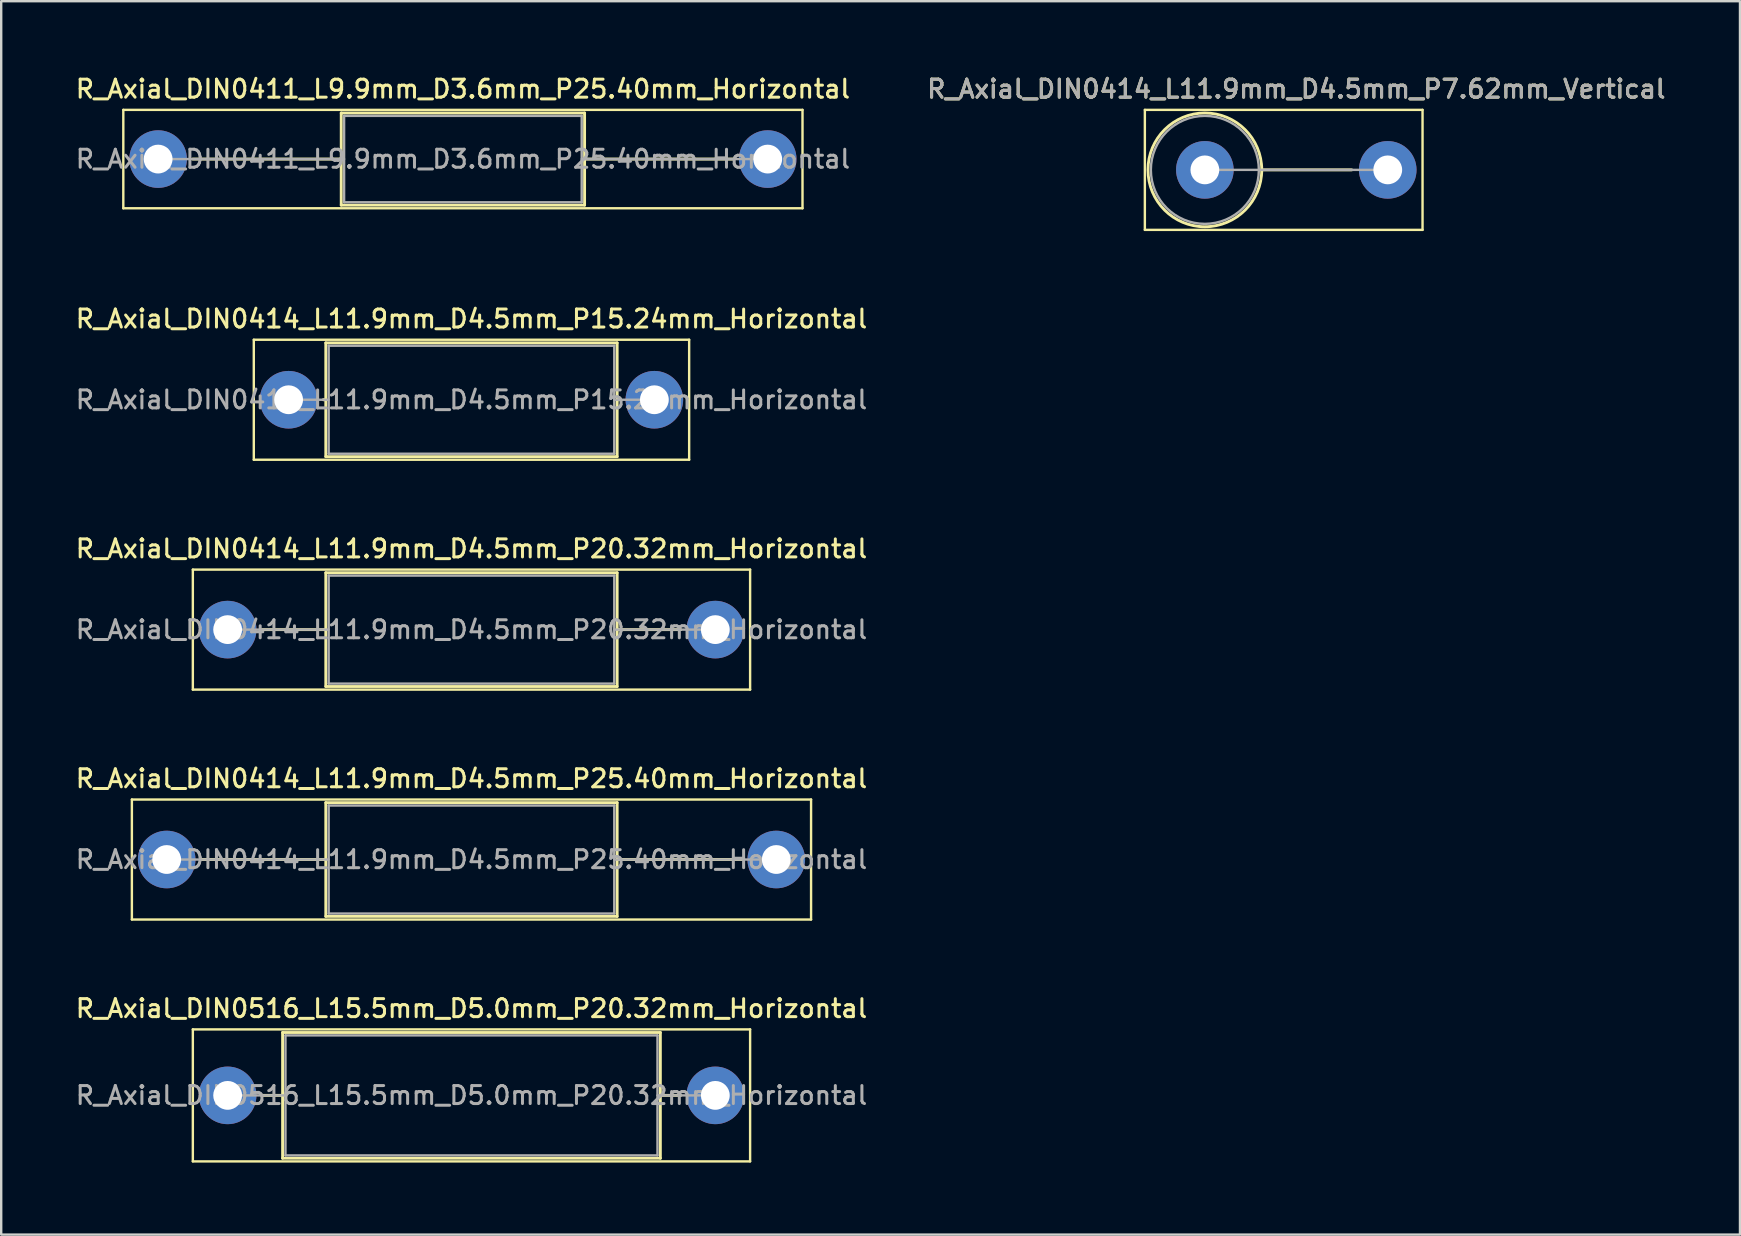
<source format=kicad_pcb>
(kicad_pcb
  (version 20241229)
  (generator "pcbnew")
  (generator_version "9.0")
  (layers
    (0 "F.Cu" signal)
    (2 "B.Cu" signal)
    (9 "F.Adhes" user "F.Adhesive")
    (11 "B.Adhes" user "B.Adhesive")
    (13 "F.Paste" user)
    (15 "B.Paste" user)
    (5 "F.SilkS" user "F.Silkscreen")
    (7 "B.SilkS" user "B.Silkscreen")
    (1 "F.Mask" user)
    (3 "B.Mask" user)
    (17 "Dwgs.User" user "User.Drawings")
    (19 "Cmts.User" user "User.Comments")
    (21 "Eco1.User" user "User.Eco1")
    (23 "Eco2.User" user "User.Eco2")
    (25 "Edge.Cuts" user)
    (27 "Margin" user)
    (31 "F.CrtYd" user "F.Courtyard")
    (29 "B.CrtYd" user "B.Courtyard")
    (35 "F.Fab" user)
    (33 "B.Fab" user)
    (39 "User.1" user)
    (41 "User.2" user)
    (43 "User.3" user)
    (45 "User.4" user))
  (footprint "R_Axial_DIN0411_L9.9mm_D3.6mm_P25.40mm_Horizontal"
    (layer "F.Cu")
    (at 3.538 3.578)
    (property "Reference" "R_Axial_DIN0411_L9.9mm_D3.6mm_P25.40mm_Horizontal" (at 12.7 -2.92 0) (layer "F.SilkS") (effects (font (size 0.75 0.75) (thickness 0.125))))
    (attr through_hole)
    (fp_line (start -1.45 -2.05) (end -1.45 2.05) (stroke (width 0.1) (type solid)) (layer "F.SilkS"))
    (fp_line (start -1.45 2.05) (end 26.85 2.05) (stroke (width 0.1) (type solid)) (layer "F.SilkS"))
    (fp_line (start 1.44 0) (end 7.63 0) (stroke (width 0.12) (type solid)) (layer "F.SilkS"))
    (fp_line (start 7.63 -1.92) (end 7.63 1.92) (stroke (width 0.12) (type solid)) (layer "F.SilkS"))
    (fp_line (start 7.63 1.92) (end 17.77 1.92) (stroke (width 0.12) (type solid)) (layer "F.SilkS"))
    (fp_line (start 17.77 -1.92) (end 7.63 -1.92) (stroke (width 0.12) (type solid)) (layer "F.SilkS"))
    (fp_line (start 17.77 1.92) (end 17.77 -1.92) (stroke (width 0.12) (type solid)) (layer "F.SilkS"))
    (fp_line (start 23.96 0) (end 17.77 0) (stroke (width 0.12) (type solid)) (layer "F.SilkS"))
    (fp_line (start 26.85 -2.05) (end -1.45 -2.05) (stroke (width 0.1) (type solid)) (layer "F.SilkS"))
    (fp_line (start 26.85 2.05) (end 26.85 -2.05) (stroke (width 0.1) (type solid)) (layer "F.SilkS"))
    (fp_line (start 0 0) (end 7.75 0) (stroke (width 0.1) (type solid)) (layer "F.Fab"))
    (fp_line (start 7.75 -1.8) (end 7.75 1.8) (stroke (width 0.1) (type solid)) (layer "F.Fab"))
    (fp_line (start 7.75 1.8) (end 17.65 1.8) (stroke (width 0.1) (type solid)) (layer "F.Fab"))
    (fp_line (start 17.65 -1.8) (end 7.75 -1.8) (stroke (width 0.1) (type solid)) (layer "F.Fab"))
    (fp_line (start 17.65 1.8) (end 17.65 -1.8) (stroke (width 0.1) (type solid)) (layer "F.Fab"))
    (fp_line (start 25.4 0) (end 17.65 0) (stroke (width 0.1) (type solid)) (layer "F.Fab"))
    (fp_text user "${REFERENCE}" (at 12.7 0 0) (layer "F.Fab") (effects (font (size 0.75 0.75) (thickness 0.125))))
    (pad "1" thru_hole circle (at 0 0) (size 2.4 2.4) (drill 1.2) (layers "*.Cu" "*.Mask"))
    (pad "2" thru_hole oval (at 25.4 0) (size 2.4 2.4) (drill 1.2) (layers "*.Cu" "*.Mask")))
  (footprint "R_Axial_DIN0414_L11.9mm_D4.5mm_P7.62mm_Vertical"
    (layer "F.Cu")
    (at 47.153 4.028)
    (property "Reference" "R_Axial_DIN0414_L11.9mm_D4.5mm_P7.62mm_Vertical" (at 3.81 -3.37 0) (layer "F.SilkS") (effects (font (size 0.75 0.75) (thickness 0.125))))
    (attr through_hole)
    (fp_line (start -2.5 -2.5) (end -2.5 2.5) (stroke (width 0.1) (type solid)) (layer "F.SilkS"))
    (fp_line (start -2.5 2.5) (end 9.07 2.5) (stroke (width 0.1) (type solid)) (layer "F.SilkS"))
    (fp_line (start 2.37 0) (end 6.12 0) (stroke (width 0.12) (type solid)) (layer "F.SilkS"))
    (fp_line (start 9.07 -2.5) (end -2.5 -2.5) (stroke (width 0.1) (type solid)) (layer "F.SilkS"))
    (fp_line (start 9.07 2.5) (end 9.07 -2.5) (stroke (width 0.1) (type solid)) (layer "F.SilkS"))
    (fp_circle (center 0 0) (end 2.37 0) (stroke (width 0.12) (type solid)) (fill no) (layer "F.SilkS"))
    (fp_line (start 0 0) (end 7.62 0) (stroke (width 0.1) (type solid)) (layer "F.Fab"))
    (fp_circle (center 0 0) (end 2.25 0) (stroke (width 0.1) (type solid)) (fill no) (layer "F.Fab"))
    (fp_text user "${REFERENCE}" (at 3.81 -3.37 0) (layer "F.Fab") (effects (font (size 0.75 0.75) (thickness 0.125))))
    (pad "1" thru_hole circle (at 0 0) (size 2.4 2.4) (drill 1.2) (layers "*.Cu" "*.Mask"))
    (pad "2" thru_hole oval (at 7.62 0) (size 2.4 2.4) (drill 1.2) (layers "*.Cu" "*.Mask")))
  (footprint "R_Axial_DIN0414_L11.9mm_D4.5mm_P20.32mm_Horizontal"
    (layer "F.Cu")
    (at 6.435 23.184)
    (property "Reference" "R_Axial_DIN0414_L11.9mm_D4.5mm_P20.32mm_Horizontal" (at 10.16 -3.37 0) (layer "F.SilkS") (effects (font (size 0.75 0.75) (thickness 0.125))))
    (attr through_hole)
    (fp_line (start -1.45 -2.5) (end -1.45 2.5) (stroke (width 0.1) (type solid)) (layer "F.SilkS"))
    (fp_line (start -1.45 2.5) (end 21.77 2.5) (stroke (width 0.1) (type solid)) (layer "F.SilkS"))
    (fp_line (start 1.44 0) (end 4.09 0) (stroke (width 0.12) (type solid)) (layer "F.SilkS"))
    (fp_line (start 4.09 -2.37) (end 4.09 2.37) (stroke (width 0.12) (type solid)) (layer "F.SilkS"))
    (fp_line (start 4.09 2.37) (end 16.23 2.37) (stroke (width 0.12) (type solid)) (layer "F.SilkS"))
    (fp_line (start 16.23 -2.37) (end 4.09 -2.37) (stroke (width 0.12) (type solid)) (layer "F.SilkS"))
    (fp_line (start 16.23 2.37) (end 16.23 -2.37) (stroke (width 0.12) (type solid)) (layer "F.SilkS"))
    (fp_line (start 18.88 0) (end 16.23 0) (stroke (width 0.12) (type solid)) (layer "F.SilkS"))
    (fp_line (start 21.77 -2.5) (end -1.45 -2.5) (stroke (width 0.1) (type solid)) (layer "F.SilkS"))
    (fp_line (start 21.77 2.5) (end 21.77 -2.5) (stroke (width 0.1) (type solid)) (layer "F.SilkS"))
    (fp_line (start 0 0) (end 4.21 0) (stroke (width 0.1) (type solid)) (layer "F.Fab"))
    (fp_line (start 4.21 -2.25) (end 4.21 2.25) (stroke (width 0.1) (type solid)) (layer "F.Fab"))
    (fp_line (start 4.21 2.25) (end 16.11 2.25) (stroke (width 0.1) (type solid)) (layer "F.Fab"))
    (fp_line (start 16.11 -2.25) (end 4.21 -2.25) (stroke (width 0.1) (type solid)) (layer "F.Fab"))
    (fp_line (start 16.11 2.25) (end 16.11 -2.25) (stroke (width 0.1) (type solid)) (layer "F.Fab"))
    (fp_line (start 20.32 0) (end 16.11 0) (stroke (width 0.1) (type solid)) (layer "F.Fab"))
    (fp_text user "${REFERENCE}" (at 10.16 0 0) (layer "F.Fab") (effects (font (size 0.75 0.75) (thickness 0.125))))
    (pad "1" thru_hole circle (at 0 0) (size 2.4 2.4) (drill 1.2) (layers "*.Cu" "*.Mask"))
    (pad "2" thru_hole oval (at 20.32 0) (size 2.4 2.4) (drill 1.2) (layers "*.Cu" "*.Mask")))
  (footprint "R_Axial_DIN0414_L11.9mm_D4.5mm_P25.40mm_Horizontal"
    (layer "F.Cu")
    (at 3.895 32.763)
    (property "Reference" "R_Axial_DIN0414_L11.9mm_D4.5mm_P25.40mm_Horizontal" (at 12.7 -3.37 0) (layer "F.SilkS") (effects (font (size 0.75 0.75) (thickness 0.125))))
    (attr through_hole)
    (fp_line (start -1.45 -2.5) (end -1.45 2.5) (stroke (width 0.1) (type solid)) (layer "F.SilkS"))
    (fp_line (start -1.45 2.5) (end 26.85 2.5) (stroke (width 0.1) (type solid)) (layer "F.SilkS"))
    (fp_line (start 1.44 0) (end 6.63 0) (stroke (width 0.12) (type solid)) (layer "F.SilkS"))
    (fp_line (start 6.63 -2.37) (end 6.63 2.37) (stroke (width 0.12) (type solid)) (layer "F.SilkS"))
    (fp_line (start 6.63 2.37) (end 18.77 2.37) (stroke (width 0.12) (type solid)) (layer "F.SilkS"))
    (fp_line (start 18.77 -2.37) (end 6.63 -2.37) (stroke (width 0.12) (type solid)) (layer "F.SilkS"))
    (fp_line (start 18.77 2.37) (end 18.77 -2.37) (stroke (width 0.12) (type solid)) (layer "F.SilkS"))
    (fp_line (start 23.96 0) (end 18.77 0) (stroke (width 0.12) (type solid)) (layer "F.SilkS"))
    (fp_line (start 26.85 -2.5) (end -1.45 -2.5) (stroke (width 0.1) (type solid)) (layer "F.SilkS"))
    (fp_line (start 26.85 2.5) (end 26.85 -2.5) (stroke (width 0.1) (type solid)) (layer "F.SilkS"))
    (fp_line (start 0 0) (end 6.75 0) (stroke (width 0.1) (type solid)) (layer "F.Fab"))
    (fp_line (start 6.75 -2.25) (end 6.75 2.25) (stroke (width 0.1) (type solid)) (layer "F.Fab"))
    (fp_line (start 6.75 2.25) (end 18.65 2.25) (stroke (width 0.1) (type solid)) (layer "F.Fab"))
    (fp_line (start 18.65 -2.25) (end 6.75 -2.25) (stroke (width 0.1) (type solid)) (layer "F.Fab"))
    (fp_line (start 18.65 2.25) (end 18.65 -2.25) (stroke (width 0.1) (type solid)) (layer "F.Fab"))
    (fp_line (start 25.4 0) (end 18.65 0) (stroke (width 0.1) (type solid)) (layer "F.Fab"))
    (fp_text user "${REFERENCE}" (at 12.7 0 0) (layer "F.Fab") (effects (font (size 0.75 0.75) (thickness 0.125))))
    (pad "1" thru_hole circle (at 0 0) (size 2.4 2.4) (drill 1.2) (layers "*.Cu" "*.Mask"))
    (pad "2" thru_hole oval (at 25.4 0) (size 2.4 2.4) (drill 1.2) (layers "*.Cu" "*.Mask")))
  (footprint "R_Axial_DIN0414_L11.9mm_D4.5mm_P15.24mm_Horizontal"
    (layer "F.Cu")
    (at 8.975 13.606)
    (property "Reference" "R_Axial_DIN0414_L11.9mm_D4.5mm_P15.24mm_Horizontal" (at 7.62 -3.37 0) (layer "F.SilkS") (effects (font (size 0.75 0.75) (thickness 0.125))))
    (attr through_hole)
    (fp_line (start -1.45 -2.5) (end -1.45 2.5) (stroke (width 0.1) (type solid)) (layer "F.SilkS"))
    (fp_line (start -1.45 2.5) (end 16.69 2.5) (stroke (width 0.1) (type solid)) (layer "F.SilkS"))
    (fp_line (start 1.44 0) (end 1.55 0) (stroke (width 0.12) (type solid)) (layer "F.SilkS"))
    (fp_line (start 1.55 -2.37) (end 1.55 2.37) (stroke (width 0.12) (type solid)) (layer "F.SilkS"))
    (fp_line (start 1.55 2.37) (end 13.69 2.37) (stroke (width 0.12) (type solid)) (layer "F.SilkS"))
    (fp_line (start 13.69 -2.37) (end 1.55 -2.37) (stroke (width 0.12) (type solid)) (layer "F.SilkS"))
    (fp_line (start 13.69 2.37) (end 13.69 -2.37) (stroke (width 0.12) (type solid)) (layer "F.SilkS"))
    (fp_line (start 13.8 0) (end 13.69 0) (stroke (width 0.12) (type solid)) (layer "F.SilkS"))
    (fp_line (start 16.69 -2.5) (end -1.45 -2.5) (stroke (width 0.1) (type solid)) (layer "F.SilkS"))
    (fp_line (start 16.69 2.5) (end 16.69 -2.5) (stroke (width 0.1) (type solid)) (layer "F.SilkS"))
    (fp_line (start 0 0) (end 1.67 0) (stroke (width 0.1) (type solid)) (layer "F.Fab"))
    (fp_line (start 1.67 -2.25) (end 1.67 2.25) (stroke (width 0.1) (type solid)) (layer "F.Fab"))
    (fp_line (start 1.67 2.25) (end 13.57 2.25) (stroke (width 0.1) (type solid)) (layer "F.Fab"))
    (fp_line (start 13.57 -2.25) (end 1.67 -2.25) (stroke (width 0.1) (type solid)) (layer "F.Fab"))
    (fp_line (start 13.57 2.25) (end 13.57 -2.25) (stroke (width 0.1) (type solid)) (layer "F.Fab"))
    (fp_line (start 15.24 0) (end 13.57 0) (stroke (width 0.1) (type solid)) (layer "F.Fab"))
    (fp_text user "${REFERENCE}" (at 7.62 0 0) (layer "F.Fab") (effects (font (size 0.75 0.75) (thickness 0.125))))
    (pad "1" thru_hole circle (at 0 0) (size 2.4 2.4) (drill 1.2) (layers "*.Cu" "*.Mask"))
    (pad "2" thru_hole oval (at 15.24 0) (size 2.4 2.4) (drill 1.2) (layers "*.Cu" "*.Mask")))
  (footprint "R_Axial_DIN0516_L15.5mm_D5.0mm_P20.32mm_Horizontal"
    (layer "F.Cu")
    (at 6.435 42.591)
    (property "Reference" "R_Axial_DIN0516_L15.5mm_D5.0mm_P20.32mm_Horizontal" (at 10.16 -3.62 0) (layer "F.SilkS") (effects (font (size 0.75 0.75) (thickness 0.125))))
    (attr through_hole)
    (fp_line (start -1.45 -2.75) (end -1.45 2.75) (stroke (width 0.1) (type solid)) (layer "F.SilkS"))
    (fp_line (start -1.45 2.75) (end 21.77 2.75) (stroke (width 0.1) (type solid)) (layer "F.SilkS"))
    (fp_line (start 1.44 0) (end 2.29 0) (stroke (width 0.12) (type solid)) (layer "F.SilkS"))
    (fp_line (start 2.29 -2.62) (end 2.29 2.62) (stroke (width 0.12) (type solid)) (layer "F.SilkS"))
    (fp_line (start 2.29 2.62) (end 18.03 2.62) (stroke (width 0.12) (type solid)) (layer "F.SilkS"))
    (fp_line (start 18.03 -2.62) (end 2.29 -2.62) (stroke (width 0.12) (type solid)) (layer "F.SilkS"))
    (fp_line (start 18.03 2.62) (end 18.03 -2.62) (stroke (width 0.12) (type solid)) (layer "F.SilkS"))
    (fp_line (start 18.88 0) (end 18.03 0) (stroke (width 0.12) (type solid)) (layer "F.SilkS"))
    (fp_line (start 21.77 -2.75) (end -1.45 -2.75) (stroke (width 0.1) (type solid)) (layer "F.SilkS"))
    (fp_line (start 21.77 2.75) (end 21.77 -2.75) (stroke (width 0.1) (type solid)) (layer "F.SilkS"))
    (fp_line (start 0 0) (end 2.41 0) (stroke (width 0.1) (type solid)) (layer "F.Fab"))
    (fp_line (start 2.41 -2.5) (end 2.41 2.5) (stroke (width 0.1) (type solid)) (layer "F.Fab"))
    (fp_line (start 2.41 2.5) (end 17.91 2.5) (stroke (width 0.1) (type solid)) (layer "F.Fab"))
    (fp_line (start 17.91 -2.5) (end 2.41 -2.5) (stroke (width 0.1) (type solid)) (layer "F.Fab"))
    (fp_line (start 17.91 2.5) (end 17.91 -2.5) (stroke (width 0.1) (type solid)) (layer "F.Fab"))
    (fp_line (start 20.32 0) (end 17.91 0) (stroke (width 0.1) (type solid)) (layer "F.Fab"))
    (fp_text user "${REFERENCE}" (at 10.16 0 0) (layer "F.Fab") (effects (font (size 0.75 0.75) (thickness 0.125))))
    (pad "1" thru_hole circle (at 0 0) (size 2.4 2.4) (drill 1.2) (layers "*.Cu" "*.Mask"))
    (pad "2" thru_hole oval (at 20.32 0) (size 2.4 2.4) (drill 1.2) (layers "*.Cu" "*.Mask")))
  (gr_rect
    (start -3 -3)
    (end 69.45 48.391)
    (stroke (width 0.1) (type default))
    (fill no)
    (layer "Edge.Cuts")))
</source>
